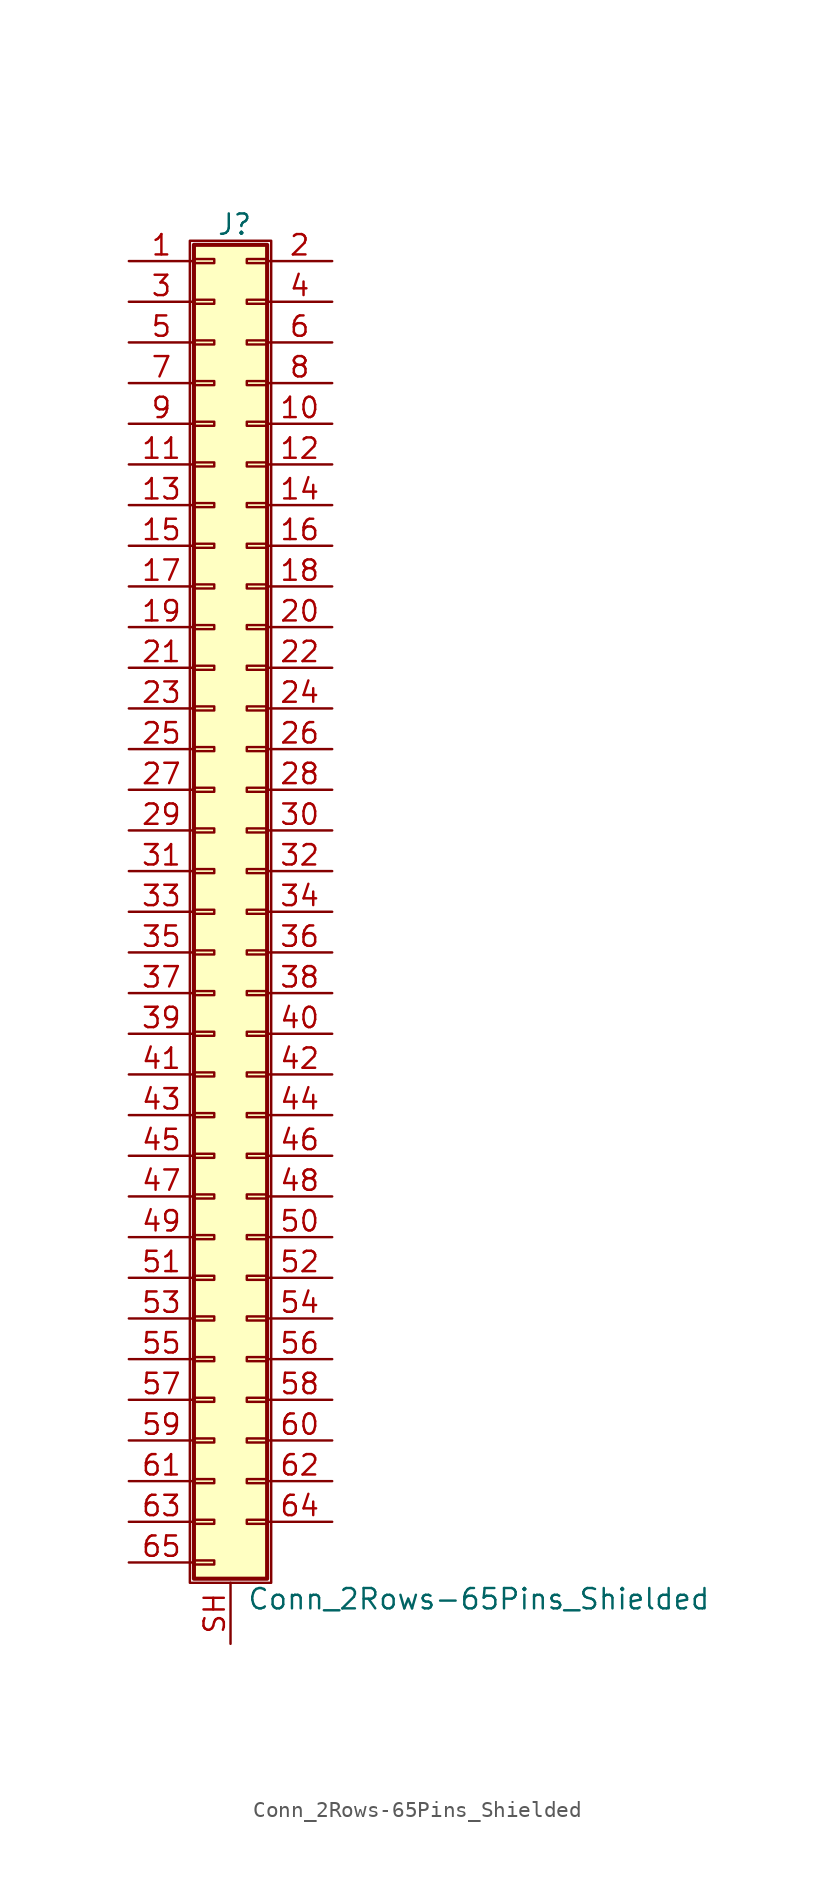
<source format=kicad_sym>
(kicad_symbol_lib
  (version 20201005)
  (generator kicad_symbol_editor)
  (symbol "Conn_2Rows-65Pins_Shielded"
    (pin_names
      (offset 1.016) hide)
    (property "Reference" "J"
      (at 1.524 42.926 0)
      (effects (font (size 1.27 1.27))))
    (property "Value" "Conn_2Rows-65Pins_Shielded"
      (at 2.286 -42.926 0)
      (effects (font (size 1.27 1.27)) (justify left)))
    (symbol "Conn_2Rows-65Pins_Shielded_1_1"
      (rectangle (start -1.27 41.91) (end 3.81 -41.91) (stroke (width 0.152)) (fill (type none)))
      (rectangle (start -1.016 -40.513) (end 0.254 -40.767) (stroke (width 0.152)) (fill (type none)))
      (rectangle (start -1.016 -37.973) (end 0.254 -38.227) (stroke (width 0.152)) (fill (type none)))
      (rectangle (start -1.016 -35.433) (end 0.254 -35.687) (stroke (width 0.152)) (fill (type none)))
      (rectangle (start -1.016 -32.893) (end 0.254 -33.147) (stroke (width 0.152)) (fill (type none)))
      (rectangle (start -1.016 -30.353) (end 0.254 -30.607) (stroke (width 0.152)) (fill (type none)))
      (rectangle (start -1.016 -27.813) (end 0.254 -28.067) (stroke (width 0.152)) (fill (type none)))
      (rectangle (start -1.016 -25.273) (end 0.254 -25.527) (stroke (width 0.152)) (fill (type none)))
      (rectangle (start -1.016 -22.733) (end 0.254 -22.987) (stroke (width 0.152)) (fill (type none)))
      (rectangle (start -1.016 -20.193) (end 0.254 -20.447) (stroke (width 0.152)) (fill (type none)))
      (rectangle (start -1.016 -17.653) (end 0.254 -17.907) (stroke (width 0.152)) (fill (type none)))
      (rectangle (start -1.016 -15.113) (end 0.254 -15.367) (stroke (width 0.152)) (fill (type none)))
      (rectangle (start -1.016 -12.573) (end 0.254 -12.827) (stroke (width 0.152)) (fill (type none)))
      (rectangle (start -1.016 -10.033) (end 0.254 -10.287) (stroke (width 0.152)) (fill (type none)))
      (rectangle (start -1.016 -7.493) (end 0.254 -7.747) (stroke (width 0.152)) (fill (type none)))
      (rectangle (start -1.016 -4.953) (end 0.254 -5.207) (stroke (width 0.152)) (fill (type none)))
      (rectangle (start -1.016 -2.413) (end 0.254 -2.667) (stroke (width 0.152)) (fill (type none)))
      (rectangle (start -1.016 0.127) (end 0.254 -0.127) (stroke (width 0.152)) (fill (type none)))
      (rectangle (start -1.016 2.667) (end 0.254 2.413) (stroke (width 0.152)) (fill (type none)))
      (rectangle (start -1.016 5.207) (end 0.254 4.953) (stroke (width 0.152)) (fill (type none)))
      (rectangle (start -1.016 7.747) (end 0.254 7.493) (stroke (width 0.152)) (fill (type none)))
      (rectangle (start -1.016 10.287) (end 0.254 10.033) (stroke (width 0.152)) (fill (type none)))
      (rectangle (start -1.016 12.827) (end 0.254 12.573) (stroke (width 0.152)) (fill (type none)))
      (rectangle (start -1.016 15.367) (end 0.254 15.113) (stroke (width 0.152)) (fill (type none)))
      (rectangle (start -1.016 17.907) (end 0.254 17.653) (stroke (width 0.152)) (fill (type none)))
      (rectangle (start -1.016 20.447) (end 0.254 20.193) (stroke (width 0.152)) (fill (type none)))
      (rectangle (start -1.016 22.987) (end 0.254 22.733) (stroke (width 0.152)) (fill (type none)))
      (rectangle (start -1.016 25.527) (end 0.254 25.273) (stroke (width 0.152)) (fill (type none)))
      (rectangle (start -1.016 28.067) (end 0.254 27.813) (stroke (width 0.152)) (fill (type none)))
      (rectangle (start -1.016 30.607) (end 0.254 30.353) (stroke (width 0.152)) (fill (type none)))
      (rectangle (start -1.016 33.147) (end 0.254 32.893) (stroke (width 0.152)) (fill (type none)))
      (rectangle (start -1.016 35.687) (end 0.254 35.433) (stroke (width 0.152)) (fill (type none)))
      (rectangle (start -1.016 38.227) (end 0.254 37.973) (stroke (width 0.152)) (fill (type none)))
      (rectangle (start -1.016 40.767) (end 0.254 40.513) (stroke (width 0.152)) (fill (type none)))
      (rectangle (start -1.016 41.656) (end 3.556 -41.656) (stroke (width 0.254)) (fill (type background)))
      (rectangle (start 3.556 -37.973) (end 2.286 -38.227) (stroke (width 0.152)) (fill (type none)))
      (rectangle (start 3.556 -35.433) (end 2.286 -35.687) (stroke (width 0.152)) (fill (type none)))
      (rectangle (start 3.556 -32.893) (end 2.286 -33.147) (stroke (width 0.152)) (fill (type none)))
      (rectangle (start 3.556 -30.353) (end 2.286 -30.607) (stroke (width 0.152)) (fill (type none)))
      (rectangle (start 3.556 -27.813) (end 2.286 -28.067) (stroke (width 0.152)) (fill (type none)))
      (rectangle (start 3.556 -25.273) (end 2.286 -25.527) (stroke (width 0.152)) (fill (type none)))
      (rectangle (start 3.556 -22.733) (end 2.286 -22.987) (stroke (width 0.152)) (fill (type none)))
      (rectangle (start 3.556 -20.193) (end 2.286 -20.447) (stroke (width 0.152)) (fill (type none)))
      (rectangle (start 3.556 -17.653) (end 2.286 -17.907) (stroke (width 0.152)) (fill (type none)))
      (rectangle (start 3.556 -15.113) (end 2.286 -15.367) (stroke (width 0.152)) (fill (type none)))
      (rectangle (start 3.556 -12.573) (end 2.286 -12.827) (stroke (width 0.152)) (fill (type none)))
      (rectangle (start 3.556 -10.033) (end 2.286 -10.287) (stroke (width 0.152)) (fill (type none)))
      (rectangle (start 3.556 -7.493) (end 2.286 -7.747) (stroke (width 0.152)) (fill (type none)))
      (rectangle (start 3.556 -4.953) (end 2.286 -5.207) (stroke (width 0.152)) (fill (type none)))
      (rectangle (start 3.556 -2.413) (end 2.286 -2.667) (stroke (width 0.152)) (fill (type none)))
      (rectangle (start 3.556 0.127) (end 2.286 -0.127) (stroke (width 0.152)) (fill (type none)))
      (rectangle (start 3.556 2.667) (end 2.286 2.413) (stroke (width 0.152)) (fill (type none)))
      (rectangle (start 3.556 5.207) (end 2.286 4.953) (stroke (width 0.152)) (fill (type none)))
      (rectangle (start 3.556 7.747) (end 2.286 7.493) (stroke (width 0.152)) (fill (type none)))
      (rectangle (start 3.556 10.287) (end 2.286 10.033) (stroke (width 0.152)) (fill (type none)))
      (rectangle (start 3.556 12.827) (end 2.286 12.573) (stroke (width 0.152)) (fill (type none)))
      (rectangle (start 3.556 15.367) (end 2.286 15.113) (stroke (width 0.152)) (fill (type none)))
      (rectangle (start 3.556 17.907) (end 2.286 17.653) (stroke (width 0.152)) (fill (type none)))
      (rectangle (start 3.556 20.447) (end 2.286 20.193) (stroke (width 0.152)) (fill (type none)))
      (rectangle (start 3.556 22.987) (end 2.286 22.733) (stroke (width 0.152)) (fill (type none)))
      (rectangle (start 3.556 25.527) (end 2.286 25.273) (stroke (width 0.152)) (fill (type none)))
      (rectangle (start 3.556 28.067) (end 2.286 27.813) (stroke (width 0.152)) (fill (type none)))
      (rectangle (start 3.556 30.607) (end 2.286 30.353) (stroke (width 0.152)) (fill (type none)))
      (rectangle (start 3.556 33.147) (end 2.286 32.893) (stroke (width 0.152)) (fill (type none)))
      (rectangle (start 3.556 35.687) (end 2.286 35.433) (stroke (width 0.152)) (fill (type none)))
      (rectangle (start 3.556 38.227) (end 2.286 37.973) (stroke (width 0.152)) (fill (type none)))
      (rectangle (start 3.556 40.767) (end 2.286 40.513) (stroke (width 0.152)) (fill (type none)))
      (pin passive line (at -5.08 40.64 0) (length 4.064) (name "Pin_1" (effects (font (size 1.27 1.27)))) (number "1" (effects (font (size 1.27 1.27)))))
      (pin passive line (at 7.62 30.48 180) (length 4.064) (name "Pin_10" (effects (font (size 1.27 1.27)))) (number "10" (effects (font (size 1.27 1.27)))))
      (pin passive line (at -5.08 27.94 0) (length 4.064) (name "Pin_11" (effects (font (size 1.27 1.27)))) (number "11" (effects (font (size 1.27 1.27)))))
      (pin passive line (at 7.62 27.94 180) (length 4.064) (name "Pin_12" (effects (font (size 1.27 1.27)))) (number "12" (effects (font (size 1.27 1.27)))))
      (pin passive line (at -5.08 25.4 0) (length 4.064) (name "Pin_13" (effects (font (size 1.27 1.27)))) (number "13" (effects (font (size 1.27 1.27)))))
      (pin passive line (at 7.62 25.4 180) (length 4.064) (name "Pin_14" (effects (font (size 1.27 1.27)))) (number "14" (effects (font (size 1.27 1.27)))))
      (pin passive line (at -5.08 22.86 0) (length 4.064) (name "Pin_15" (effects (font (size 1.27 1.27)))) (number "15" (effects (font (size 1.27 1.27)))))
      (pin passive line (at 7.62 22.86 180) (length 4.064) (name "Pin_16" (effects (font (size 1.27 1.27)))) (number "16" (effects (font (size 1.27 1.27)))))
      (pin passive line (at -5.08 20.32 0) (length 4.064) (name "Pin_17" (effects (font (size 1.27 1.27)))) (number "17" (effects (font (size 1.27 1.27)))))
      (pin passive line (at 7.62 20.32 180) (length 4.064) (name "Pin_18" (effects (font (size 1.27 1.27)))) (number "18" (effects (font (size 1.27 1.27)))))
      (pin passive line (at -5.08 17.78 0) (length 4.064) (name "Pin_19" (effects (font (size 1.27 1.27)))) (number "19" (effects (font (size 1.27 1.27)))))
      (pin passive line (at 7.62 40.64 180) (length 4.064) (name "Pin_2" (effects (font (size 1.27 1.27)))) (number "2" (effects (font (size 1.27 1.27)))))
      (pin passive line (at 7.62 17.78 180) (length 4.064) (name "Pin_20" (effects (font (size 1.27 1.27)))) (number "20" (effects (font (size 1.27 1.27)))))
      (pin passive line (at -5.08 15.24 0) (length 4.064) (name "Pin_21" (effects (font (size 1.27 1.27)))) (number "21" (effects (font (size 1.27 1.27)))))
      (pin passive line (at 7.62 15.24 180) (length 4.064) (name "Pin_22" (effects (font (size 1.27 1.27)))) (number "22" (effects (font (size 1.27 1.27)))))
      (pin passive line (at -5.08 12.7 0) (length 4.064) (name "Pin_23" (effects (font (size 1.27 1.27)))) (number "23" (effects (font (size 1.27 1.27)))))
      (pin passive line (at 7.62 12.7 180) (length 4.064) (name "Pin_24" (effects (font (size 1.27 1.27)))) (number "24" (effects (font (size 1.27 1.27)))))
      (pin passive line (at -5.08 10.16 0) (length 4.064) (name "Pin_25" (effects (font (size 1.27 1.27)))) (number "25" (effects (font (size 1.27 1.27)))))
      (pin passive line (at 7.62 10.16 180) (length 4.064) (name "Pin_26" (effects (font (size 1.27 1.27)))) (number "26" (effects (font (size 1.27 1.27)))))
      (pin passive line (at -5.08 7.62 0) (length 4.064) (name "Pin_27" (effects (font (size 1.27 1.27)))) (number "27" (effects (font (size 1.27 1.27)))))
      (pin passive line (at 7.62 7.62 180) (length 4.064) (name "Pin_28" (effects (font (size 1.27 1.27)))) (number "28" (effects (font (size 1.27 1.27)))))
      (pin passive line (at -5.08 5.08 0) (length 4.064) (name "Pin_29" (effects (font (size 1.27 1.27)))) (number "29" (effects (font (size 1.27 1.27)))))
      (pin passive line (at -5.08 38.1 0) (length 4.064) (name "Pin_3" (effects (font (size 1.27 1.27)))) (number "3" (effects (font (size 1.27 1.27)))))
      (pin passive line (at 7.62 5.08 180) (length 4.064) (name "Pin_30" (effects (font (size 1.27 1.27)))) (number "30" (effects (font (size 1.27 1.27)))))
      (pin passive line (at -5.08 2.54 0) (length 4.064) (name "Pin_31" (effects (font (size 1.27 1.27)))) (number "31" (effects (font (size 1.27 1.27)))))
      (pin passive line (at 7.62 2.54 180) (length 4.064) (name "Pin_32" (effects (font (size 1.27 1.27)))) (number "32" (effects (font (size 1.27 1.27)))))
      (pin passive line (at -5.08 0 0) (length 4.064) (name "Pin_33" (effects (font (size 1.27 1.27)))) (number "33" (effects (font (size 1.27 1.27)))))
      (pin passive line (at 7.62 0 180) (length 4.064) (name "Pin_34" (effects (font (size 1.27 1.27)))) (number "34" (effects (font (size 1.27 1.27)))))
      (pin passive line (at -5.08 -2.54 0) (length 4.064) (name "Pin_35" (effects (font (size 1.27 1.27)))) (number "35" (effects (font (size 1.27 1.27)))))
      (pin passive line (at 7.62 -2.54 180) (length 4.064) (name "Pin_36" (effects (font (size 1.27 1.27)))) (number "36" (effects (font (size 1.27 1.27)))))
      (pin passive line (at -5.08 -5.08 0) (length 4.064) (name "Pin_37" (effects (font (size 1.27 1.27)))) (number "37" (effects (font (size 1.27 1.27)))))
      (pin passive line (at 7.62 -5.08 180) (length 4.064) (name "Pin_38" (effects (font (size 1.27 1.27)))) (number "38" (effects (font (size 1.27 1.27)))))
      (pin passive line (at -5.08 -7.62 0) (length 4.064) (name "Pin_39" (effects (font (size 1.27 1.27)))) (number "39" (effects (font (size 1.27 1.27)))))
      (pin passive line (at 7.62 38.1 180) (length 4.064) (name "Pin_4" (effects (font (size 1.27 1.27)))) (number "4" (effects (font (size 1.27 1.27)))))
      (pin passive line (at 7.62 -7.62 180) (length 4.064) (name "Pin_40" (effects (font (size 1.27 1.27)))) (number "40" (effects (font (size 1.27 1.27)))))
      (pin passive line (at -5.08 -10.16 0) (length 4.064) (name "Pin_41" (effects (font (size 1.27 1.27)))) (number "41" (effects (font (size 1.27 1.27)))))
      (pin passive line (at 7.62 -10.16 180) (length 4.064) (name "Pin_42" (effects (font (size 1.27 1.27)))) (number "42" (effects (font (size 1.27 1.27)))))
      (pin passive line (at -5.08 -12.7 0) (length 4.064) (name "Pin_43" (effects (font (size 1.27 1.27)))) (number "43" (effects (font (size 1.27 1.27)))))
      (pin passive line (at 7.62 -12.7 180) (length 4.064) (name "Pin_44" (effects (font (size 1.27 1.27)))) (number "44" (effects (font (size 1.27 1.27)))))
      (pin passive line (at -5.08 -15.24 0) (length 4.064) (name "Pin_45" (effects (font (size 1.27 1.27)))) (number "45" (effects (font (size 1.27 1.27)))))
      (pin passive line (at 7.62 -15.24 180) (length 4.064) (name "Pin_46" (effects (font (size 1.27 1.27)))) (number "46" (effects (font (size 1.27 1.27)))))
      (pin passive line (at -5.08 -17.78 0) (length 4.064) (name "Pin_47" (effects (font (size 1.27 1.27)))) (number "47" (effects (font (size 1.27 1.27)))))
      (pin passive line (at 7.62 -17.78 180) (length 4.064) (name "Pin_48" (effects (font (size 1.27 1.27)))) (number "48" (effects (font (size 1.27 1.27)))))
      (pin passive line (at -5.08 -20.32 0) (length 4.064) (name "Pin_49" (effects (font (size 1.27 1.27)))) (number "49" (effects (font (size 1.27 1.27)))))
      (pin passive line (at -5.08 35.56 0) (length 4.064) (name "Pin_5" (effects (font (size 1.27 1.27)))) (number "5" (effects (font (size 1.27 1.27)))))
      (pin passive line (at 7.62 -20.32 180) (length 4.064) (name "Pin_50" (effects (font (size 1.27 1.27)))) (number "50" (effects (font (size 1.27 1.27)))))
      (pin passive line (at -5.08 -22.86 0) (length 4.064) (name "Pin_51" (effects (font (size 1.27 1.27)))) (number "51" (effects (font (size 1.27 1.27)))))
      (pin passive line (at 7.62 -22.86 180) (length 4.064) (name "Pin_52" (effects (font (size 1.27 1.27)))) (number "52" (effects (font (size 1.27 1.27)))))
      (pin passive line (at -5.08 -25.4 0) (length 4.064) (name "Pin_53" (effects (font (size 1.27 1.27)))) (number "53" (effects (font (size 1.27 1.27)))))
      (pin passive line (at 7.62 -25.4 180) (length 4.064) (name "Pin_54" (effects (font (size 1.27 1.27)))) (number "54" (effects (font (size 1.27 1.27)))))
      (pin passive line (at -5.08 -27.94 0) (length 4.064) (name "Pin_55" (effects (font (size 1.27 1.27)))) (number "55" (effects (font (size 1.27 1.27)))))
      (pin passive line (at 7.62 -27.94 180) (length 4.064) (name "Pin_56" (effects (font (size 1.27 1.27)))) (number "56" (effects (font (size 1.27 1.27)))))
      (pin passive line (at -5.08 -30.48 0) (length 4.064) (name "Pin_57" (effects (font (size 1.27 1.27)))) (number "57" (effects (font (size 1.27 1.27)))))
      (pin passive line (at 7.62 -30.48 180) (length 4.064) (name "Pin_58" (effects (font (size 1.27 1.27)))) (number "58" (effects (font (size 1.27 1.27)))))
      (pin passive line (at -5.08 -33.02 0) (length 4.064) (name "Pin_59" (effects (font (size 1.27 1.27)))) (number "59" (effects (font (size 1.27 1.27)))))
      (pin passive line (at 7.62 35.56 180) (length 4.064) (name "Pin_6" (effects (font (size 1.27 1.27)))) (number "6" (effects (font (size 1.27 1.27)))))
      (pin passive line (at 7.62 -33.02 180) (length 4.064) (name "Pin_60" (effects (font (size 1.27 1.27)))) (number "60" (effects (font (size 1.27 1.27)))))
      (pin passive line (at -5.08 -35.56 0) (length 4.064) (name "Pin_61" (effects (font (size 1.27 1.27)))) (number "61" (effects (font (size 1.27 1.27)))))
      (pin passive line (at 7.62 -35.56 180) (length 4.064) (name "Pin_62" (effects (font (size 1.27 1.27)))) (number "62" (effects (font (size 1.27 1.27)))))
      (pin passive line (at -5.08 -38.1 0) (length 4.064) (name "Pin_63" (effects (font (size 1.27 1.27)))) (number "63" (effects (font (size 1.27 1.27)))))
      (pin passive line (at 7.62 -38.1 180) (length 4.064) (name "Pin_64" (effects (font (size 1.27 1.27)))) (number "64" (effects (font (size 1.27 1.27)))))
      (pin passive line (at -5.08 -40.64 0) (length 4.064) (name "Pin_65" (effects (font (size 1.27 1.27)))) (number "65" (effects (font (size 1.27 1.27)))))
      (pin passive line (at -5.08 33.02 0) (length 4.064) (name "Pin_7" (effects (font (size 1.27 1.27)))) (number "7" (effects (font (size 1.27 1.27)))))
      (pin passive line (at 7.62 33.02 180) (length 4.064) (name "Pin_8" (effects (font (size 1.27 1.27)))) (number "8" (effects (font (size 1.27 1.27)))))
      (pin passive line (at -5.08 30.48 0) (length 4.064) (name "Pin_9" (effects (font (size 1.27 1.27)))) (number "9" (effects (font (size 1.27 1.27)))))
      (pin passive line (at 1.27 -45.72 90) (length 3.81) (name "Shield" (effects (font (size 1.27 1.27)))) (number "SH" (effects (font (size 1.27 1.27))))))))
</source>
